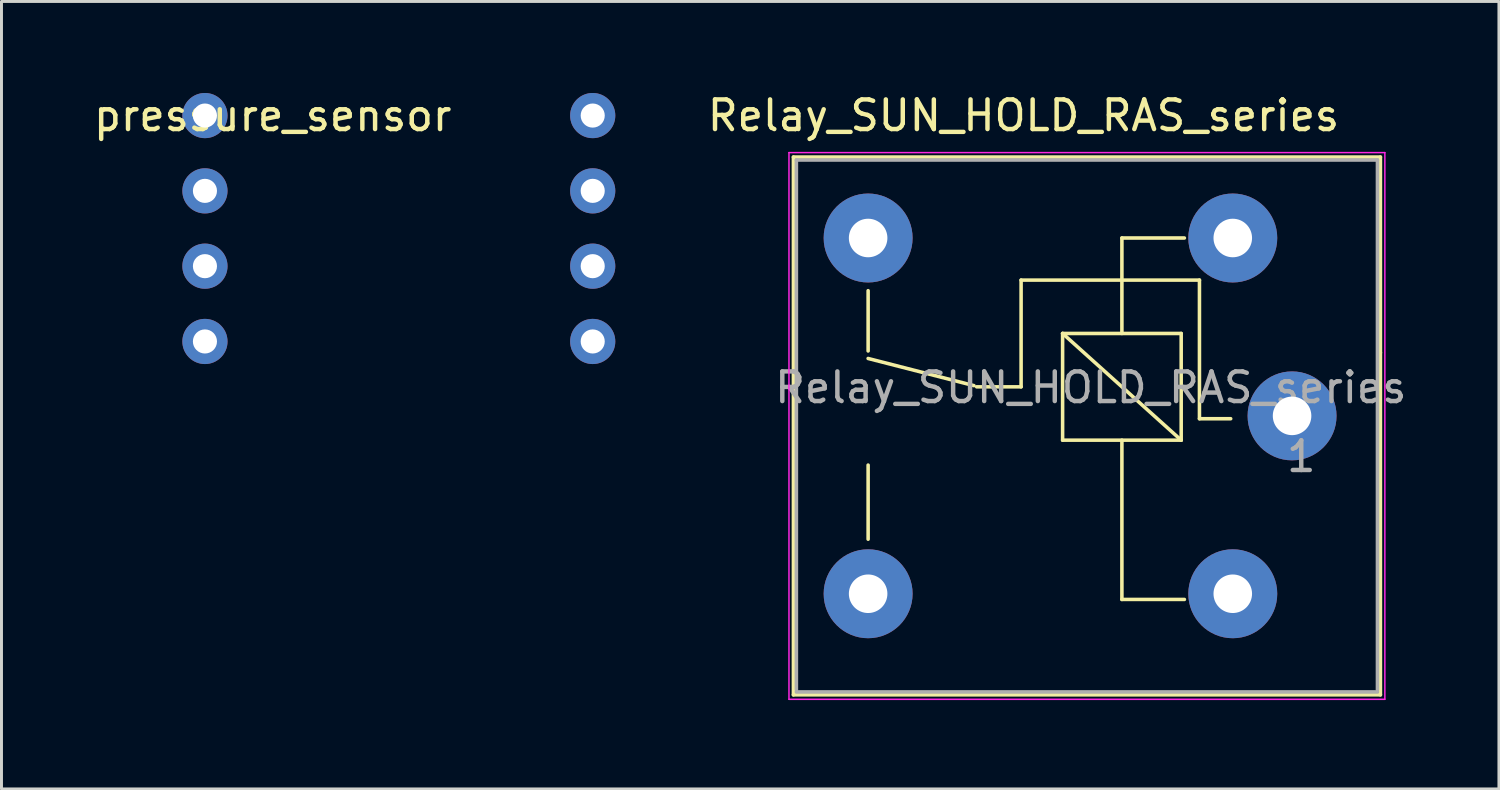
<source format=kicad_pcb>
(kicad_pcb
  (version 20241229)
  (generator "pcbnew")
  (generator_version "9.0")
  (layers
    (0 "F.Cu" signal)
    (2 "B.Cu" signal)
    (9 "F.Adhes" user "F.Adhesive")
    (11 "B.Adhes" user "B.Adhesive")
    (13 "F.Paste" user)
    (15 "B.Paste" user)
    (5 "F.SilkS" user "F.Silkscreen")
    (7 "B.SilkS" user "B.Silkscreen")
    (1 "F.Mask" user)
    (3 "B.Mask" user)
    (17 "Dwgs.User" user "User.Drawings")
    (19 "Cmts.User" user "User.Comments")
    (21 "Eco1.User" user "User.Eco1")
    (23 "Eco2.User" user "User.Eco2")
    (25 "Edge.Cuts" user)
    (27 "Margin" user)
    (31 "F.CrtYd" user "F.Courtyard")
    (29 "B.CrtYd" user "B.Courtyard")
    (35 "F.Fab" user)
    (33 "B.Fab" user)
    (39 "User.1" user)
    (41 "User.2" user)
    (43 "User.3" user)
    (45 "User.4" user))
  (footprint "pressure_sensor"
    (layer "F.Cu")
    (at 3.863 0.848)
    (property "Reference" "pressure_sensor" (at 2.286 0 0) (layer "F.SilkS") (effects (font (size 1 1) (thickness 0.15))))
    (attr through_hole)
    (pad "1" thru_hole circle (at 0 0) (size 1.524 1.524) (drill 0.813) (layers "*.Cu" "*.Mask"))
    (pad "2" thru_hole circle (at 0 2.54) (size 1.524 1.524) (drill 0.813) (layers "*.Cu" "*.Mask"))
    (pad "3" thru_hole circle (at 0 5.08) (size 1.524 1.524) (drill 0.813) (layers "*.Cu" "*.Mask"))
    (pad "4" thru_hole circle (at 0 7.62) (size 1.524 1.524) (drill 0.813) (layers "*.Cu" "*.Mask"))
    (pad "5" thru_hole circle (at 13.08 0) (size 1.524 1.524) (drill 0.813) (layers "*.Cu" "*.Mask"))
    (pad "6" thru_hole circle (at 13.08 2.54) (size 1.524 1.524) (drill 0.813) (layers "*.Cu" "*.Mask"))
    (pad "7" thru_hole circle (at 13.08 5.08) (size 1.524 1.524) (drill 0.813) (layers "*.Cu" "*.Mask"))
    (pad "8" thru_hole circle (at 13.08 7.62) (size 1.524 1.524) (drill 0.813) (layers "*.Cu" "*.Mask")))
  (footprint "Relay_SUN_HOLD_RAS_series"
    (layer "F.Cu")
    (at 26.233 4.978)
    (property "Reference" "Relay_SUN_HOLD_RAS_series" (at 5.24 -4.13 180) (layer "F.SilkS") (effects (font (size 1 1) (thickness 0.15))))
    (attr through_hole)
    (fp_line (start -2.52 -2.73) (end 17.28 -2.73) (stroke (width 0.12) (type solid)) (layer "F.SilkS"))
    (fp_line (start -2.52 15.41) (end -2.52 -2.73) (stroke (width 0.12) (type solid)) (layer "F.SilkS"))
    (fp_line (start 0 3.81) (end 0 1.778) (stroke (width 0.12) (type solid)) (layer "F.SilkS"))
    (fp_line (start 0 10.16) (end 0 7.66) (stroke (width 0.12) (type solid)) (layer "F.SilkS"))
    (fp_line (start 3.57 4.98) (end 0 4.064) (stroke (width 0.12) (type solid)) (layer "F.SilkS"))
    (fp_line (start 5.16 1.42) (end 11.176 1.42) (stroke (width 0.12) (type solid)) (layer "F.SilkS"))
    (fp_line (start 5.16 5.02) (end 3.66 5.02) (stroke (width 0.12) (type solid)) (layer "F.SilkS"))
    (fp_line (start 5.16 5.02) (end 5.16 1.42) (stroke (width 0.12) (type solid)) (layer "F.SilkS"))
    (fp_line (start 6.56 3.22) (end 10.56 3.22) (stroke (width 0.12) (type solid)) (layer "F.SilkS"))
    (fp_line (start 6.56 3.22) (end 10.56 6.82) (stroke (width 0.12) (type solid)) (layer "F.SilkS"))
    (fp_line (start 6.56 6.82) (end 6.56 3.22) (stroke (width 0.12) (type solid)) (layer "F.SilkS"))
    (fp_line (start 8.56 3.22) (end 8.56 0) (stroke (width 0.12) (type solid)) (layer "F.SilkS"))
    (fp_line (start 8.56 12.192) (end 8.56 6.82) (stroke (width 0.12) (type solid)) (layer "F.SilkS"))
    (fp_line (start 8.56 12.192) (end 10.668 12.192) (stroke (width 0.12) (type solid)) (layer "F.SilkS"))
    (fp_line (start 10.56 3.22) (end 10.56 6.82) (stroke (width 0.12) (type solid)) (layer "F.SilkS"))
    (fp_line (start 10.56 6.82) (end 6.56 6.82) (stroke (width 0.12) (type solid)) (layer "F.SilkS"))
    (fp_line (start 10.668 0) (end 8.56 0) (stroke (width 0.12) (type solid)) (layer "F.SilkS"))
    (fp_line (start 11.176 6.096) (end 11.176 1.42) (stroke (width 0.12) (type solid)) (layer "F.SilkS"))
    (fp_line (start 11.176 6.096) (end 12.23 6.096) (stroke (width 0.12) (type solid)) (layer "F.SilkS"))
    (fp_line (start 17.28 3.87) (end 17.28 -2.73) (stroke (width 0.12) (type solid)) (layer "F.SilkS"))
    (fp_line (start 17.28 15.41) (end -2.52 15.41) (stroke (width 0.12) (type solid)) (layer "F.SilkS"))
    (fp_line (start 17.28 15.41) (end 17.28 3.87) (stroke (width 0.12) (type solid)) (layer "F.SilkS"))
    (fp_line (start -2.67 15.56) (end -2.67 -2.88) (stroke (width 0.05) (type solid)) (layer "F.CrtYd"))
    (fp_line (start -2.67 15.56) (end 17.43 15.56) (stroke (width 0.05) (type solid)) (layer "F.CrtYd"))
    (fp_line (start 17.43 -2.88) (end -2.67 -2.88) (stroke (width 0.05) (type solid)) (layer "F.CrtYd"))
    (fp_line (start 17.43 -2.88) (end 17.43 15.56) (stroke (width 0.05) (type solid)) (layer "F.CrtYd"))
    (fp_line (start -2.42 -2.63) (end 17.18 -2.63) (stroke (width 0.12) (type solid)) (layer "F.Fab"))
    (fp_line (start -2.42 15.24) (end -2.42 -2.63) (stroke (width 0.12) (type solid)) (layer "F.Fab"))
    (fp_line (start 17.18 -2.63) (end 17.18 15.24) (stroke (width 0.12) (type solid)) (layer "F.Fab"))
    (fp_line (start 17.18 15.31) (end -2.42 15.31) (stroke (width 0.12) (type solid)) (layer "F.Fab"))
    (fp_text user "1" (at 14.61 7.37 180) (layer "F.Fab") (effects (font (size 1 1) (thickness 0.15))))
    (fp_text user "${REFERENCE}" (at 7.51 5.045 180) (layer "F.Fab") (effects (font (size 1 1) (thickness 0.15))))
    (pad "1" thru_hole circle (at 14.3 6 270) (size 3 3) (drill 1.3) (layers "*.Cu" "*.Mask"))
    (pad "2" thru_hole circle (at 12.3 12 270) (size 3 3) (drill 1.3) (layers "*.Cu" "*.Mask"))
    (pad "3" thru_hole circle (at 0 12 270) (size 3 3) (drill 1.3) (layers "*.Cu" "*.Mask"))
    (pad "4" thru_hole circle (at 0 0 270) (size 3 3) (drill 1.3) (layers "*.Cu" "*.Mask"))
    (pad "5" thru_hole circle (at 12.3 0 270) (size 3 3) (drill 1.3) (layers "*.Cu" "*.Mask")))
  (gr_rect
    (start -3 -3)
    (end 47.511 23.563)
    (stroke (width 0.1) (type default))
    (fill no)
    (layer "Edge.Cuts")))
</source>
